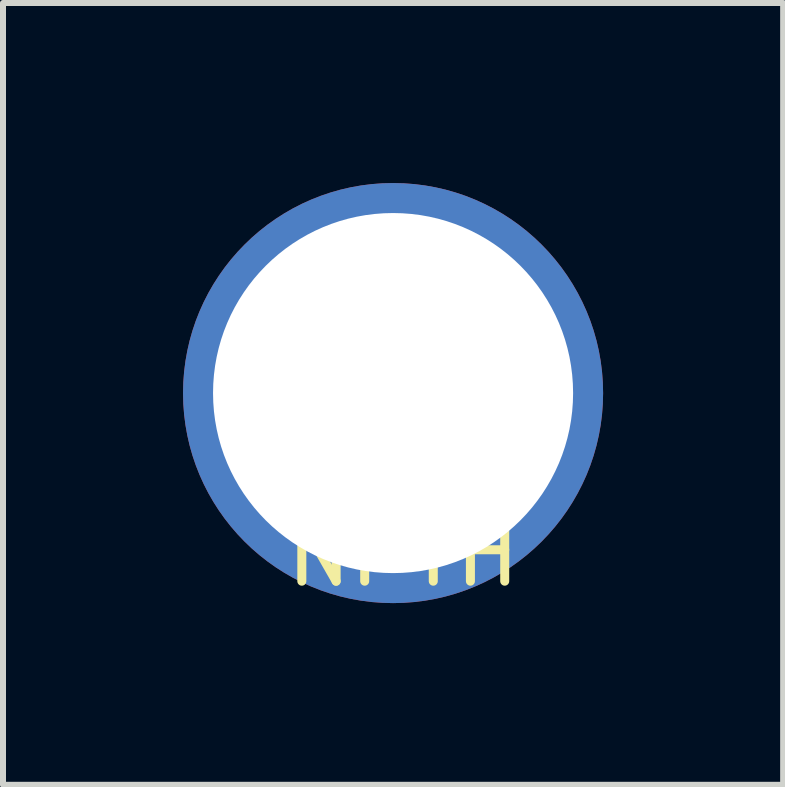
<source format=kicad_pcb>
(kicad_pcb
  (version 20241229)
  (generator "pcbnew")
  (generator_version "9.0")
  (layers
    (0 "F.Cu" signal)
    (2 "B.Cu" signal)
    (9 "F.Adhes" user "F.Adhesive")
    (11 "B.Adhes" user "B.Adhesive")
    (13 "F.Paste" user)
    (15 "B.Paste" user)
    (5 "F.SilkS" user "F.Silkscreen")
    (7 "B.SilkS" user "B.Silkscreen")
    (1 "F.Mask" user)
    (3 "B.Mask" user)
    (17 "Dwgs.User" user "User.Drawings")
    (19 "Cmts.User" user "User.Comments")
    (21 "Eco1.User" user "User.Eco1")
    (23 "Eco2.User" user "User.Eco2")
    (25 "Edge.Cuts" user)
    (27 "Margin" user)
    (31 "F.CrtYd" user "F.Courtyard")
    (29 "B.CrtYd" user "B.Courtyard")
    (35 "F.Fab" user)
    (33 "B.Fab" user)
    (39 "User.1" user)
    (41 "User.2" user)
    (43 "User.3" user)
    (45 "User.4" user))
  (footprint "NPTH"
    (layer "F.Cu")
    (at 3.5 3.5)
    (property "Reference" "NPTH" (at 0.17 2.68 0) (layer "F.SilkS") (effects (font (size 1 1) (thickness 0.15))))
    (attr through_hole)
    (pad "" np_thru_hole circle (at 0 0) (size 7 7) (drill 6) (layers "*.Cu" "*.Mask")))
  (gr_rect
    (start -3 -3)
    (end 10 10.028)
    (stroke (width 0.1) (type default))
    (fill no)
    (layer "Edge.Cuts")))
</source>
